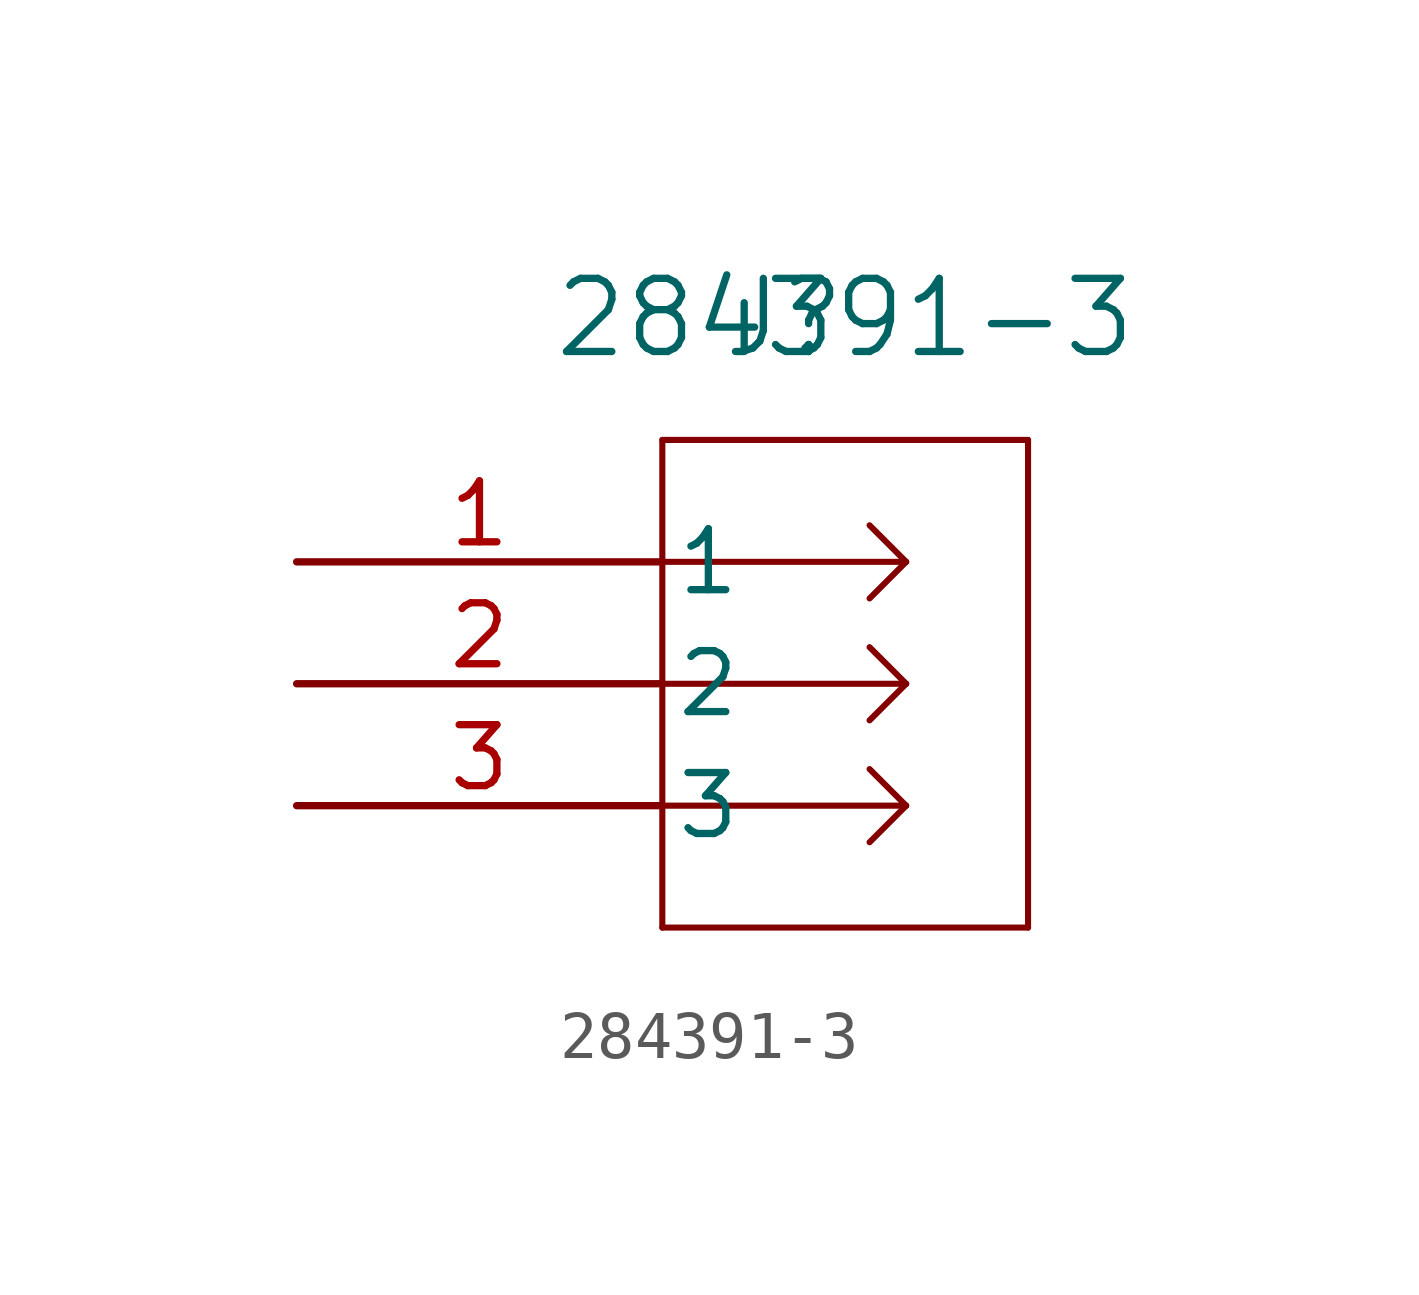
<source format=kicad_sym>
(kicad_symbol_lib
  (version 20211014)
  (generator kicad_symbol_editor)
  (symbol "284391-3"
    (pin_names
      (offset 0.254))
    (property "Reference" "J"
      (at 10.16 5.08 0)
      (effects (font (size 1.524 1.524))))
    (property "Value" "284391-3"
      (at 11.43 5.08 0)
      (effects (font (size 1.524 1.524))))
    (symbol "284391-3_0_1"
      (polyline (pts (xy 7.62 2.54) (xy 7.62 -7.62)) (stroke (width 0.127) (type default) (color 0 0 0 0)) (fill (type none)))
      (polyline (pts (xy 7.62 -7.62) (xy 15.24 -7.62)) (stroke (width 0.127) (type default) (color 0 0 0 0)) (fill (type none)))
      (polyline (pts (xy 15.24 -7.62) (xy 15.24 2.54)) (stroke (width 0.127) (type default) (color 0 0 0 0)) (fill (type none)))
      (polyline (pts (xy 15.24 2.54) (xy 7.62 2.54)) (stroke (width 0.127) (type default) (color 0 0 0 0)) (fill (type none)))
      (polyline (pts (xy 7.62 0) (xy 12.7 0)) (stroke (width 0.127) (type default) (color 0 0 0 0)) (fill (type none)))
      (polyline (pts (xy 7.62 -2.54) (xy 12.7 -2.54)) (stroke (width 0.127) (type default) (color 0 0 0 0)) (fill (type none)))
      (polyline (pts (xy 7.62 -5.08) (xy 12.7 -5.08)) (stroke (width 0.127) (type default) (color 0 0 0 0)) (fill (type none)))
      (polyline (pts (xy 12.7 0) (xy 11.938 0.762)) (stroke (width 0.127) (type default) (color 0 0 0 0)) (fill (type none)))
      (polyline (pts (xy 12.7 0) (xy 11.938 -0.762)) (stroke (width 0.127) (type default) (color 0 0 0 0)) (fill (type none)))
      (polyline (pts (xy 12.7 -2.54) (xy 11.938 -1.778)) (stroke (width 0.127) (type default) (color 0 0 0 0)) (fill (type none)))
      (polyline (pts (xy 12.7 -2.54) (xy 11.938 -3.302)) (stroke (width 0.127) (type default) (color 0 0 0 0)) (fill (type none)))
      (polyline (pts (xy 12.7 -5.08) (xy 11.938 -4.318)) (stroke (width 0.127) (type default) (color 0 0 0 0)) (fill (type none)))
      (polyline (pts (xy 12.7 -5.08) (xy 11.938 -5.842)) (stroke (width 0.127) (type default) (color 0 0 0 0)) (fill (type none)))
      (pin unspecified line (at 0 0 0) (length 7.62) (name "1" (effects (font (size 1.27 1.27)))) (number "1" (effects (font (size 1.27 1.27)))))
      (pin unspecified line (at 0 -2.54 0) (length 7.62) (name "2" (effects (font (size 1.27 1.27)))) (number "2" (effects (font (size 1.27 1.27)))))
      (pin unspecified line (at 0 -5.08 0) (length 7.62) (name "3" (effects (font (size 1.27 1.27)))) (number "3" (effects (font (size 1.27 1.27))))))))
</source>
